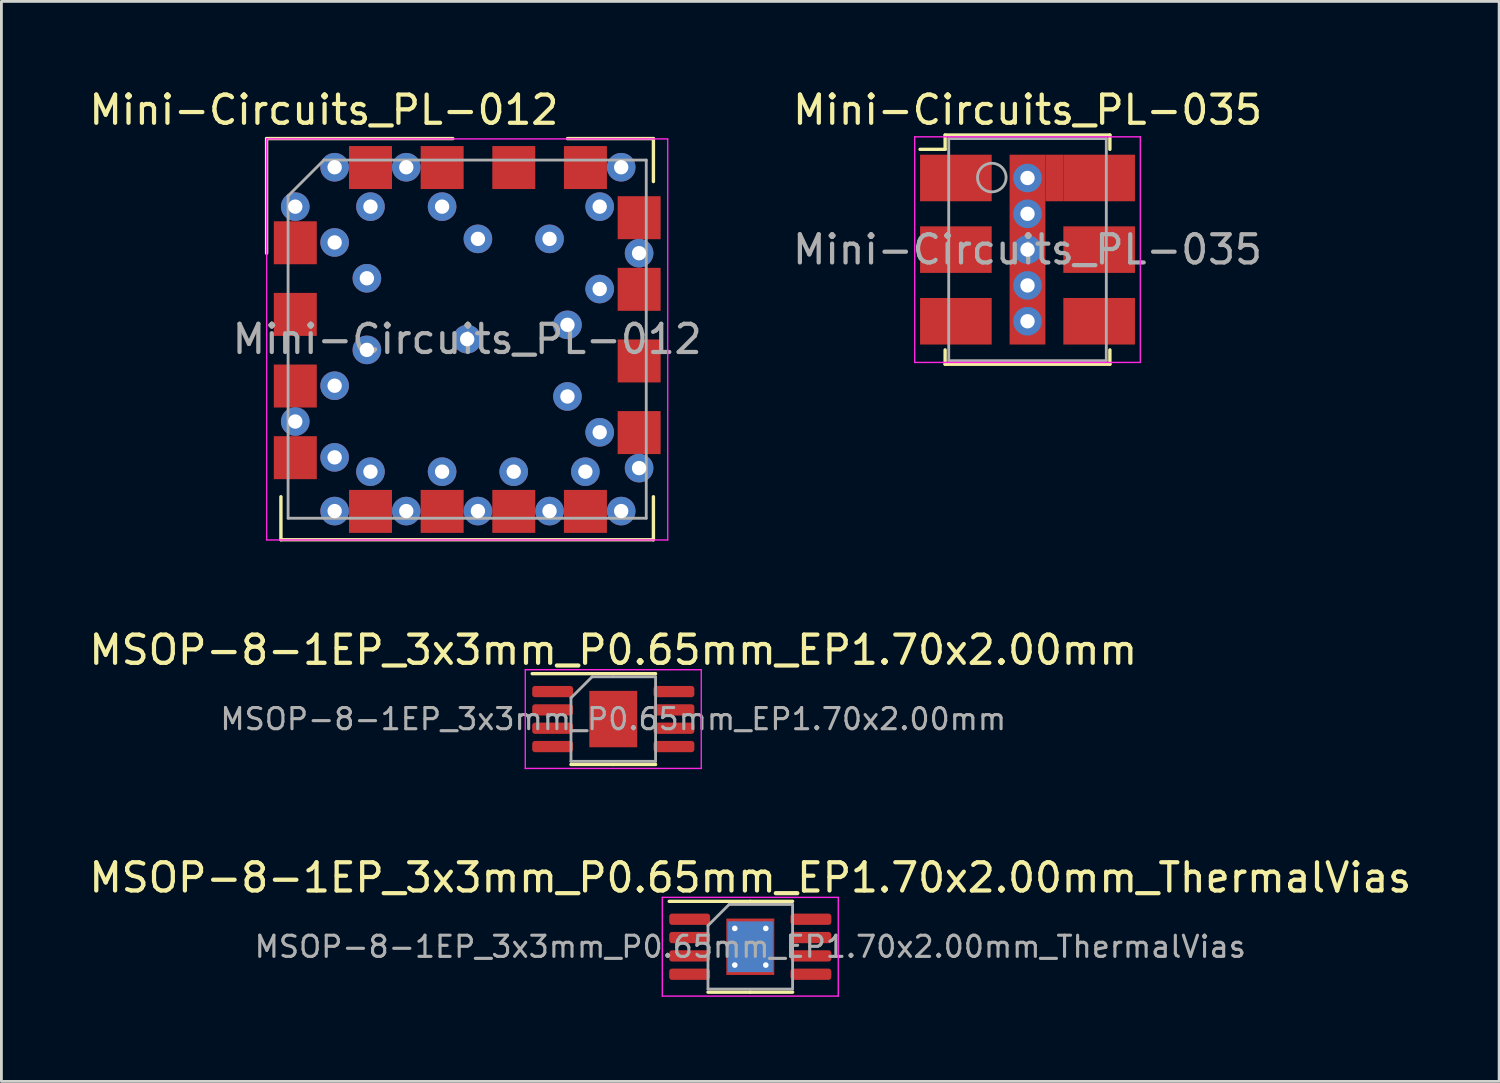
<source format=kicad_pcb>
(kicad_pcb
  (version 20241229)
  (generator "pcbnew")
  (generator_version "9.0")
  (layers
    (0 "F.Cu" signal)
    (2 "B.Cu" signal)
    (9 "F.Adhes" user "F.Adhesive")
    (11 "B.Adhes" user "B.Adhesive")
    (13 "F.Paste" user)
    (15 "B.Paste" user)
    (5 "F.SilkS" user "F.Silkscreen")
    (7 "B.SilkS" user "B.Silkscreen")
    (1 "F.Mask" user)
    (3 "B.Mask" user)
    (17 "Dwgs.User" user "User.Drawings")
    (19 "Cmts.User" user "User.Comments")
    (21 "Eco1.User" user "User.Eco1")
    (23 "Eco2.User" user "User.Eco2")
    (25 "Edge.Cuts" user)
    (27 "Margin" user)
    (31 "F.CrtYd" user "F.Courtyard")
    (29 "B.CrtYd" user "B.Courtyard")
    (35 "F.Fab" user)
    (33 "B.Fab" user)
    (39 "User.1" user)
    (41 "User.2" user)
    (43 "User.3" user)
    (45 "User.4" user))
  (footprint "Mini-Circuits_PL-035"
    (layer "F.Cu")
    (at 33.384 5.801)
    (property "Reference" "Mini-Circuits_PL-035" (at 0.004 -4.953 0) (layer "F.SilkS") (effects (font (size 1 1) (thickness 0.15))))
    (attr smd)
    (fp_line (start -2.921 -4.064) (end -2.921 -3.556) (stroke (width 0.12) (type solid)) (layer "F.SilkS"))
    (fp_line (start -2.921 -3.556) (end -3.81 -3.556) (stroke (width 0.12) (type solid)) (layer "F.SilkS"))
    (fp_line (start -2.921 3.556) (end -2.921 4.064) (stroke (width 0.12) (type solid)) (layer "F.SilkS"))
    (fp_line (start -2.921 4.064) (end 2.921 4.064) (stroke (width 0.12) (type solid)) (layer "F.SilkS"))
    (fp_line (start 2.921 -4.064) (end -2.921 -4.064) (stroke (width 0.12) (type solid)) (layer "F.SilkS"))
    (fp_line (start 2.921 -3.556) (end 2.921 -4.064) (stroke (width 0.12) (type solid)) (layer "F.SilkS"))
    (fp_line (start 2.921 4.064) (end 2.921 3.556) (stroke (width 0.12) (type solid)) (layer "F.SilkS"))
    (fp_line (start -4 -4) (end -4 4) (stroke (width 0.05) (type solid)) (layer "F.CrtYd"))
    (fp_line (start -4 4) (end 4 4) (stroke (width 0.05) (type solid)) (layer "F.CrtYd"))
    (fp_line (start 4 -4) (end -4 -4) (stroke (width 0.05) (type solid)) (layer "F.CrtYd"))
    (fp_line (start 4 4) (end 4 -4) (stroke (width 0.05) (type solid)) (layer "F.CrtYd"))
    (fp_line (start -2.794 -3.937) (end -2.794 3.937) (stroke (width 0.1) (type solid)) (layer "F.Fab"))
    (fp_line (start -2.794 3.937) (end 2.794 3.937) (stroke (width 0.1) (type solid)) (layer "F.Fab"))
    (fp_line (start 2.794 -3.937) (end -2.794 -3.937) (stroke (width 0.1) (type solid)) (layer "F.Fab"))
    (fp_line (start 2.794 -3.937) (end 2.794 3.937) (stroke (width 0.1) (type solid)) (layer "F.Fab"))
    (fp_circle (center -1.266 -2.555) (end -0.758 -2.555) (stroke (width 0.1) (type solid)) (fill no) (layer "F.Fab"))
    (fp_text user "${REFERENCE}" (at 0 0 0) (layer "F.Fab") (effects (font (size 1 1) (thickness 0.15))))
    (pad "1" smd rect (at -2.54 -2.54 270) (size 1.651 2.54) (layers "F.Cu" "F.Mask" "F.Paste"))
    (pad "2" smd rect (at -2.54 0 270) (size 1.651 2.54) (layers "F.Cu" "F.Mask" "F.Paste"))
    (pad "3" smd rect (at -2.54 2.54 270) (size 1.651 2.54) (layers "F.Cu" "F.Mask" "F.Paste"))
    (pad "4" smd rect (at 2.54 2.54 270) (size 1.651 2.54) (layers "F.Cu" "F.Mask" "F.Paste"))
    (pad "5" smd rect (at 2.54 0 270) (size 1.651 2.54) (layers "F.Cu" "F.Mask" "F.Paste"))
    (pad "6" thru_hole circle (at 0 -2.54 270) (size 1.016 1.016) (drill 0.508) (layers "*.Cu"))
    (pad "6" thru_hole circle (at 0 -1.27 270) (size 1.016 1.016) (drill 0.508) (layers "*.Cu"))
    (pad "6" thru_hole circle (at 0 0 270) (size 1.016 1.016) (drill 0.508) (layers "*.Cu"))
    (pad "6" smd rect (at 0 0 270) (size 6.731 1.27) (layers "F.Cu"))
    (pad "6" thru_hole circle (at 0 1.27 270) (size 1.016 1.016) (drill 0.508) (layers "*.Cu"))
    (pad "6" thru_hole circle (at 0 2.54 270) (size 1.016 1.016) (drill 0.508) (layers "*.Cu"))
    (pad "6" smd rect (at 0.953 -2.54 270) (size 1.651 0.635) (layers "F.Cu"))
    (pad "6" smd rect (at 2.54 -2.54 270) (size 1.651 2.54) (layers "F.Cu" "F.Mask" "F.Paste")))
  (footprint "Mini-Circuits_PL-012"
    (layer "F.Cu")
    (at 13.515 8.976)
    (property "Reference" "Mini-Circuits_PL-012" (at -5.08 -8.128 180) (layer "F.SilkS") (effects (font (size 1 1) (thickness 0.15))))
    (attr smd)
    (fp_line (start -7.112 -7.112) (end -0.508 -7.112) (stroke (width 0.12) (type solid)) (layer "F.SilkS"))
    (fp_line (start -7.112 -3.048) (end -7.112 -7.112) (stroke (width 0.12) (type solid)) (layer "F.SilkS"))
    (fp_line (start -6.604 5.588) (end -6.604 7.112) (stroke (width 0.12) (type solid)) (layer "F.SilkS"))
    (fp_line (start -6.604 7.112) (end 6.604 7.112) (stroke (width 0.12) (type solid)) (layer "F.SilkS"))
    (fp_line (start 3.556 -7.112) (end 6.604 -7.112) (stroke (width 0.12) (type solid)) (layer "F.SilkS"))
    (fp_line (start 6.604 -7.112) (end 6.604 -5.588) (stroke (width 0.12) (type solid)) (layer "F.SilkS"))
    (fp_line (start 6.604 7.112) (end 6.604 5.588) (stroke (width 0.12) (type solid)) (layer "F.SilkS"))
    (fp_line (start -7.11 -7.1) (end -7.11 7.12) (stroke (width 0.05) (type solid)) (layer "F.CrtYd"))
    (fp_line (start -7.11 -7.1) (end 7.11 -7.1) (stroke (width 0.05) (type solid)) (layer "F.CrtYd"))
    (fp_line (start 7.11 7.12) (end -7.11 7.12) (stroke (width 0.05) (type solid)) (layer "F.CrtYd"))
    (fp_line (start 7.11 7.12) (end 7.11 -7.1) (stroke (width 0.05) (type solid)) (layer "F.CrtYd"))
    (fp_line (start -6.35 -5.08) (end -6.35 6.35) (stroke (width 0.1) (type solid)) (layer "F.Fab"))
    (fp_line (start -6.35 -5.08) (end -5.08 -6.35) (stroke (width 0.1) (type solid)) (layer "F.Fab"))
    (fp_line (start -6.35 6.35) (end 6.35 6.35) (stroke (width 0.1) (type solid)) (layer "F.Fab"))
    (fp_line (start 6.35 -6.35) (end -5.08 -6.35) (stroke (width 0.1) (type solid)) (layer "F.Fab"))
    (fp_line (start 6.35 6.35) (end 6.35 -6.35) (stroke (width 0.1) (type solid)) (layer "F.Fab"))
    (fp_text user "${REFERENCE}" (at 0 0 0) (layer "F.Fab") (effects (font (size 1 1) (thickness 0.15))))
    (pad "1" thru_hole circle (at -6.096 -4.699) (size 1.016 1.016) (drill 0.508) (layers "*.Cu"))
    (pad "1" thru_hole circle (at -6.096 2.921) (size 1.016 1.016) (drill 0.508) (layers "*.Cu"))
    (pad "1" smd rect (at -6.094 -3.418 270) (size 1.524 1.524) (layers "F.Cu" "F.Mask" "F.Paste"))
    (pad "1" thru_hole circle (at -4.699 -6.096) (size 1.016 1.016) (drill 0.508) (layers "*.Cu"))
    (pad "1" thru_hole circle (at -4.699 -3.429) (size 1.016 1.016) (drill 0.508) (layers "*.Cu"))
    (pad "1" thru_hole circle (at -4.699 1.651) (size 1.016 1.016) (drill 0.508) (layers "*.Cu"))
    (pad "1" thru_hole circle (at -4.699 4.191) (size 1.016 1.016) (drill 0.508) (layers "*.Cu"))
    (pad "1" thru_hole circle (at -4.699 6.096) (size 1.016 1.016) (drill 0.508) (layers "*.Cu"))
    (pad "1" thru_hole circle (at -3.556 -2.159) (size 1.016 1.016) (drill 0.508) (layers "*.Cu"))
    (pad "1" thru_hole circle (at -3.556 0.381) (size 1.016 1.016) (drill 0.508) (layers "*.Cu"))
    (pad "1" thru_hole circle (at -3.429 -4.699) (size 1.016 1.016) (drill 0.508) (layers "*.Cu"))
    (pad "1" thru_hole circle (at -3.429 4.699) (size 1.016 1.016) (drill 0.508) (layers "*.Cu"))
    (pad "1" thru_hole circle (at -2.159 -6.096) (size 1.016 1.016) (drill 0.508) (layers "*.Cu"))
    (pad "1" thru_hole circle (at -2.159 6.096) (size 1.016 1.016) (drill 0.508) (layers "*.Cu"))
    (pad "1" thru_hole circle (at -0.889 -4.699) (size 1.016 1.016) (drill 0.508) (layers "*.Cu"))
    (pad "1" thru_hole circle (at -0.889 4.699) (size 1.016 1.016) (drill 0.508) (layers "*.Cu"))
    (pad "1" thru_hole circle (at 0 0) (size 1.016 1.016) (drill 0.508) (layers "*.Cu"))
    (pad "1" thru_hole circle (at 0.381 -3.556) (size 1.016 1.016) (drill 0.508) (layers "*.Cu"))
    (pad "1" thru_hole circle (at 0.381 6.096) (size 1.016 1.016) (drill 0.508) (layers "*.Cu"))
    (pad "1" thru_hole circle (at 1.651 4.699) (size 1.016 1.016) (drill 0.508) (layers "*.Cu"))
    (pad "1" thru_hole circle (at 2.921 -3.556) (size 1.016 1.016) (drill 0.508) (layers "*.Cu"))
    (pad "1" thru_hole circle (at 2.921 6.096) (size 1.016 1.016) (drill 0.508) (layers "*.Cu"))
    (pad "1" thru_hole circle (at 3.556 -0.508) (size 1.016 1.016) (drill 0.508) (layers "*.Cu"))
    (pad "1" thru_hole circle (at 3.556 2.032) (size 1.016 1.016) (drill 0.508) (layers "*.Cu"))
    (pad "1" thru_hole circle (at 4.191 4.699) (size 1.016 1.016) (drill 0.508) (layers "*.Cu"))
    (pad "1" thru_hole circle (at 4.699 -4.699) (size 1.016 1.016) (drill 0.508) (layers "*.Cu"))
    (pad "1" thru_hole circle (at 4.699 -1.778) (size 1.016 1.016) (drill 0.508) (layers "*.Cu"))
    (pad "1" thru_hole circle (at 4.699 3.302) (size 1.016 1.016) (drill 0.508) (layers "*.Cu"))
    (pad "1" thru_hole circle (at 5.461 -6.096) (size 1.016 1.016) (drill 0.508) (layers "*.Cu"))
    (pad "1" thru_hole circle (at 5.461 6.096) (size 1.016 1.016) (drill 0.508) (layers "*.Cu"))
    (pad "1" thru_hole circle (at 6.096 -3.048) (size 1.016 1.016) (drill 0.508) (layers "*.Cu"))
    (pad "1" thru_hole circle (at 6.096 4.572) (size 1.016 1.016) (drill 0.508) (layers "*.Cu"))
    (pad "2" smd rect (at -6.094 -0.878 270) (size 1.524 1.524) (layers "F.Cu" "F.Mask" "F.Paste"))
    (pad "3" smd rect (at -6.094 1.662 270) (size 1.524 1.524) (layers "F.Cu" "F.Mask" "F.Paste"))
    (pad "4" smd rect (at -6.094 4.202 270) (size 1.524 1.524) (layers "F.Cu" "F.Mask" "F.Paste"))
    (pad "5" smd rect (at -3.427 6.107 270) (size 1.524 1.524) (layers "F.Cu" "F.Mask" "F.Paste"))
    (pad "6" smd rect (at -0.887 6.107 270) (size 1.524 1.524) (layers "F.Cu" "F.Mask" "F.Paste"))
    (pad "7" smd rect (at 1.653 6.107 270) (size 1.524 1.524) (layers "F.Cu" "F.Mask" "F.Paste"))
    (pad "8" smd rect (at 4.193 6.107 270) (size 1.524 1.524) (layers "F.Cu" "F.Mask" "F.Paste"))
    (pad "9" smd rect (at 6.098 3.313 270) (size 1.524 1.524) (layers "F.Cu" "F.Mask" "F.Paste"))
    (pad "10" smd rect (at 6.098 0.773 270) (size 1.524 1.524) (layers "F.Cu" "F.Mask" "F.Paste"))
    (pad "11" smd rect (at 6.098 -1.767 270) (size 1.524 1.524) (layers "F.Cu" "F.Mask" "F.Paste"))
    (pad "12" smd rect (at 6.098 -4.307 270) (size 1.524 1.524) (layers "F.Cu" "F.Mask" "F.Paste"))
    (pad "13" smd rect (at 4.193 -6.085 270) (size 1.524 1.524) (layers "F.Cu" "F.Mask" "F.Paste"))
    (pad "14" smd rect (at 1.653 -6.085 270) (size 1.524 1.524) (layers "F.Cu" "F.Mask" "F.Paste"))
    (pad "15" smd rect (at -0.887 -6.085 270) (size 1.524 1.524) (layers "F.Cu" "F.Mask" "F.Paste"))
    (pad "16" smd rect (at -3.427 -6.085 270) (size 1.524 1.524) (layers "F.Cu" "F.Mask" "F.Paste")))
  (footprint "MSOP-8-1EP_3x3mm_P0.65mm_EP1.70x2.00mm_ThermalVias"
    (layer "F.Cu")
    (at 23.554 30.52)
    (property "Reference" "MSOP-8-1EP_3x3mm_P0.65mm_EP1.70x2.00mm_ThermalVias" (at 0 -2.45 0) (layer "F.SilkS") (effects (font (size 1 1) (thickness 0.15))))
    (attr smd)
    (fp_line (start 0 -1.61) (end -2.875 -1.61) (stroke (width 0.12) (type solid)) (layer "F.SilkS"))
    (fp_line (start 0 -1.61) (end 1.5 -1.61) (stroke (width 0.12) (type solid)) (layer "F.SilkS"))
    (fp_line (start 0 1.61) (end -1.5 1.61) (stroke (width 0.12) (type solid)) (layer "F.SilkS"))
    (fp_line (start 0 1.61) (end 1.5 1.61) (stroke (width 0.12) (type solid)) (layer "F.SilkS"))
    (fp_line (start -3.12 -1.75) (end -3.12 1.75) (stroke (width 0.05) (type solid)) (layer "F.CrtYd"))
    (fp_line (start -3.12 1.75) (end 3.12 1.75) (stroke (width 0.05) (type solid)) (layer "F.CrtYd"))
    (fp_line (start 3.12 -1.75) (end -3.12 -1.75) (stroke (width 0.05) (type solid)) (layer "F.CrtYd"))
    (fp_line (start 3.12 1.75) (end 3.12 -1.75) (stroke (width 0.05) (type solid)) (layer "F.CrtYd"))
    (fp_line (start -1.5 -0.75) (end -0.75 -1.5) (stroke (width 0.1) (type solid)) (layer "F.Fab"))
    (fp_line (start -1.5 1.5) (end -1.5 -0.75) (stroke (width 0.1) (type solid)) (layer "F.Fab"))
    (fp_line (start -0.75 -1.5) (end 1.5 -1.5) (stroke (width 0.1) (type solid)) (layer "F.Fab"))
    (fp_line (start 1.5 -1.5) (end 1.5 1.5) (stroke (width 0.1) (type solid)) (layer "F.Fab"))
    (fp_line (start 1.5 1.5) (end -1.5 1.5) (stroke (width 0.1) (type solid)) (layer "F.Fab"))
    (fp_text user "${REFERENCE}" (at 0 0 0) (layer "F.Fab") (effects (font (size 0.75 0.75) (thickness 0.11))))
    (pad "" smd roundrect (at -0.42 -0.47) (size 0.7 0.79) (layers "F.Paste") (roundrect_rratio 0.25))
    (pad "" smd roundrect (at -0.42 0.47) (size 0.7 0.79) (layers "F.Paste") (roundrect_rratio 0.25))
    (pad "" smd roundrect (at 0.42 -0.47) (size 0.7 0.79) (layers "F.Paste") (roundrect_rratio 0.25))
    (pad "" smd roundrect (at 0.42 0.47) (size 0.7 0.79) (layers "F.Paste") (roundrect_rratio 0.25))
    (pad "1" smd roundrect (at -2.15 -0.975) (size 1.45 0.4) (layers "F.Cu" "F.Mask" "F.Paste") (roundrect_rratio 0.25))
    (pad "2" smd roundrect (at -2.15 -0.325) (size 1.45 0.4) (layers "F.Cu" "F.Mask" "F.Paste") (roundrect_rratio 0.25))
    (pad "3" smd roundrect (at -2.15 0.325) (size 1.45 0.4) (layers "F.Cu" "F.Mask" "F.Paste") (roundrect_rratio 0.25))
    (pad "4" smd roundrect (at -2.15 0.975) (size 1.45 0.4) (layers "F.Cu" "F.Mask" "F.Paste") (roundrect_rratio 0.25))
    (pad "5" smd roundrect (at 2.15 0.975) (size 1.45 0.4) (layers "F.Cu" "F.Mask" "F.Paste") (roundrect_rratio 0.25))
    (pad "6" smd roundrect (at 2.15 0.325) (size 1.45 0.4) (layers "F.Cu" "F.Mask" "F.Paste") (roundrect_rratio 0.25))
    (pad "7" smd roundrect (at 2.15 -0.325) (size 1.45 0.4) (layers "F.Cu" "F.Mask" "F.Paste") (roundrect_rratio 0.25))
    (pad "8" smd roundrect (at 2.15 -0.975) (size 1.45 0.4) (layers "F.Cu" "F.Mask" "F.Paste") (roundrect_rratio 0.25))
    (pad "9" thru_hole circle (at -0.55 -0.65) (size 0.5 0.5) (drill 0.2) (layers "*.Cu"))
    (pad "9" thru_hole circle (at -0.55 0.65) (size 0.5 0.5) (drill 0.2) (layers "*.Cu"))
    (pad "9" smd rect (at 0 0) (size 1.6 1.8) (layers "B.Cu"))
    (pad "9" smd rect (at 0 0) (size 1.7 2) (layers "F.Cu" "F.Mask"))
    (pad "9" thru_hole circle (at 0.55 -0.65) (size 0.5 0.5) (drill 0.2) (layers "*.Cu"))
    (pad "9" thru_hole circle (at 0.55 0.65) (size 0.5 0.5) (drill 0.2) (layers "*.Cu")))
  (footprint "MSOP-8-1EP_3x3mm_P0.65mm_EP1.70x2.00mm"
    (layer "F.Cu")
    (at 18.696 22.447)
    (property "Reference" "MSOP-8-1EP_3x3mm_P0.65mm_EP1.70x2.00mm" (at 0 -2.45 0) (layer "F.SilkS") (effects (font (size 1 1) (thickness 0.15))))
    (attr smd)
    (fp_line (start 0 -1.61) (end -2.875 -1.61) (stroke (width 0.12) (type solid)) (layer "F.SilkS"))
    (fp_line (start 0 -1.61) (end 1.5 -1.61) (stroke (width 0.12) (type solid)) (layer "F.SilkS"))
    (fp_line (start 0 1.61) (end -1.5 1.61) (stroke (width 0.12) (type solid)) (layer "F.SilkS"))
    (fp_line (start 0 1.61) (end 1.5 1.61) (stroke (width 0.12) (type solid)) (layer "F.SilkS"))
    (fp_line (start -3.12 -1.75) (end -3.12 1.75) (stroke (width 0.05) (type solid)) (layer "F.CrtYd"))
    (fp_line (start -3.12 1.75) (end 3.12 1.75) (stroke (width 0.05) (type solid)) (layer "F.CrtYd"))
    (fp_line (start 3.12 -1.75) (end -3.12 -1.75) (stroke (width 0.05) (type solid)) (layer "F.CrtYd"))
    (fp_line (start 3.12 1.75) (end 3.12 -1.75) (stroke (width 0.05) (type solid)) (layer "F.CrtYd"))
    (fp_line (start -1.5 -0.75) (end -0.75 -1.5) (stroke (width 0.1) (type solid)) (layer "F.Fab"))
    (fp_line (start -1.5 1.5) (end -1.5 -0.75) (stroke (width 0.1) (type solid)) (layer "F.Fab"))
    (fp_line (start -0.75 -1.5) (end 1.5 -1.5) (stroke (width 0.1) (type solid)) (layer "F.Fab"))
    (fp_line (start 1.5 -1.5) (end 1.5 1.5) (stroke (width 0.1) (type solid)) (layer "F.Fab"))
    (fp_line (start 1.5 1.5) (end -1.5 1.5) (stroke (width 0.1) (type solid)) (layer "F.Fab"))
    (fp_text user "${REFERENCE}" (at 0 0 0) (layer "F.Fab") (effects (font (size 0.75 0.75) (thickness 0.11))))
    (pad "" smd roundrect (at -0.42 -0.47) (size 0.68 0.76) (layers "F.Paste") (roundrect_rratio 0.25))
    (pad "" smd roundrect (at -0.42 0.47) (size 0.68 0.76) (layers "F.Paste") (roundrect_rratio 0.25))
    (pad "" smd roundrect (at 0.42 -0.47) (size 0.68 0.76) (layers "F.Paste") (roundrect_rratio 0.25))
    (pad "" smd roundrect (at 0.42 0.47) (size 0.68 0.76) (layers "F.Paste") (roundrect_rratio 0.25))
    (pad "1" smd roundrect (at -2.15 -0.975) (size 1.45 0.4) (layers "F.Cu" "F.Mask" "F.Paste") (roundrect_rratio 0.25))
    (pad "2" smd roundrect (at -2.15 -0.325) (size 1.45 0.4) (layers "F.Cu" "F.Mask" "F.Paste") (roundrect_rratio 0.25))
    (pad "3" smd roundrect (at -2.15 0.325) (size 1.45 0.4) (layers "F.Cu" "F.Mask" "F.Paste") (roundrect_rratio 0.25))
    (pad "4" smd roundrect (at -2.15 0.975) (size 1.45 0.4) (layers "F.Cu" "F.Mask" "F.Paste") (roundrect_rratio 0.25))
    (pad "5" smd roundrect (at 2.15 0.975) (size 1.45 0.4) (layers "F.Cu" "F.Mask" "F.Paste") (roundrect_rratio 0.25))
    (pad "6" smd roundrect (at 2.15 0.325) (size 1.45 0.4) (layers "F.Cu" "F.Mask" "F.Paste") (roundrect_rratio 0.25))
    (pad "7" smd roundrect (at 2.15 -0.325) (size 1.45 0.4) (layers "F.Cu" "F.Mask" "F.Paste") (roundrect_rratio 0.25))
    (pad "8" smd roundrect (at 2.15 -0.975) (size 1.45 0.4) (layers "F.Cu" "F.Mask" "F.Paste") (roundrect_rratio 0.25))
    (pad "9" smd rect (at 0 0) (size 1.7 2) (layers "F.Cu" "F.Mask")))
  (gr_rect
    (start -3 -3)
    (end 50.107 35.295)
    (stroke (width 0.1) (type default))
    (fill no)
    (layer "Edge.Cuts")))
</source>
